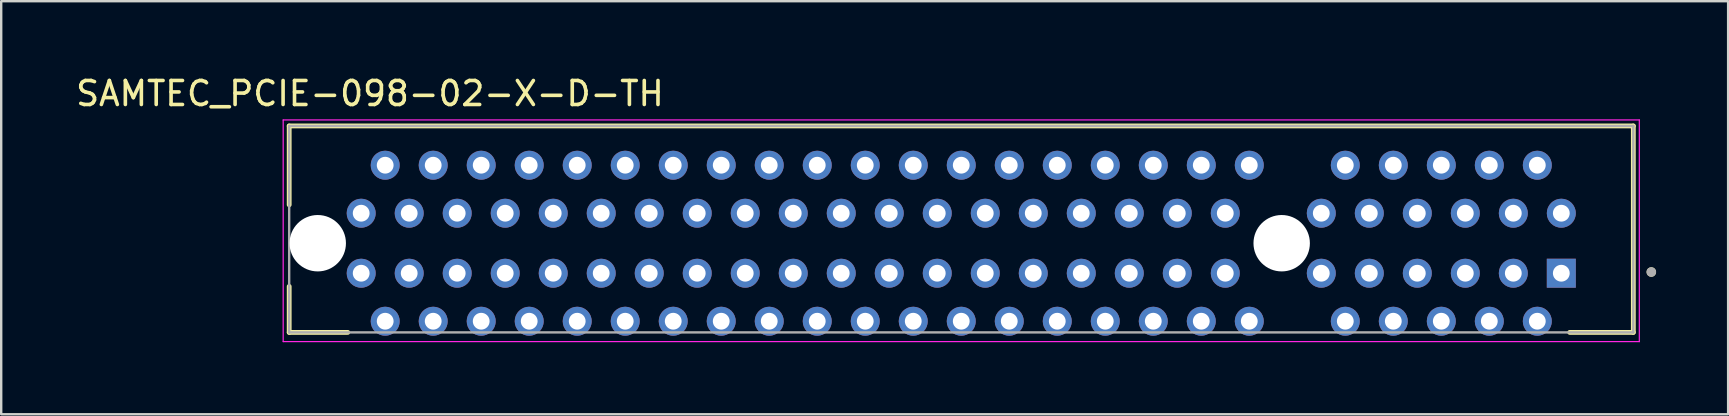
<source format=kicad_pcb>
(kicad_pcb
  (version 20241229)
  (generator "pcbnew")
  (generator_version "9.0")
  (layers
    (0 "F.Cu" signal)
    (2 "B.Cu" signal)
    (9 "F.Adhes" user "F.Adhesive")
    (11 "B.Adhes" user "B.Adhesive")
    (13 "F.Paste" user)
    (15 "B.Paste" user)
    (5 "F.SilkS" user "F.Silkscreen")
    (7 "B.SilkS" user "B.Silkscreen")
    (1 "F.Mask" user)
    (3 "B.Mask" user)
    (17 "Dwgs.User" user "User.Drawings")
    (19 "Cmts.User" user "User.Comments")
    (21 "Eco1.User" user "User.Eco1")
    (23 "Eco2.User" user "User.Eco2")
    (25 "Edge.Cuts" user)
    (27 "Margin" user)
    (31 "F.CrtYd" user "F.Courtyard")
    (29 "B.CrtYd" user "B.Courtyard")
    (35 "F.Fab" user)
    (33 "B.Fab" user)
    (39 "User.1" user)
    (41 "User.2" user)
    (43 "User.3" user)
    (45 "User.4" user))
  (footprint "SAMTEC_PCIE-098-02-X-D-TH"
    (layer "F.Cu")
    (at 36.998 6.498)
    (property "Reference" "SAMTEC_PCIE-098-02-X-D-TH" (at -24.635 -5.65 0) (layer "F.SilkS") (effects (font (size 1 1) (thickness 0.15))))
    (attr through_hole)
    (fp_line (start -28 -4.3) (end 28 -4.3) (stroke (width 0.2) (type solid)) (layer "F.SilkS"))
    (fp_line (start -28 -1.015) (end -28 -4.3) (stroke (width 0.2) (type solid)) (layer "F.SilkS"))
    (fp_line (start -28 4.3) (end -28 2.385) (stroke (width 0.2) (type solid)) (layer "F.SilkS"))
    (fp_line (start -25.56 4.3) (end -28 4.3) (stroke (width 0.2) (type solid)) (layer "F.SilkS"))
    (fp_line (start 28 -4.3) (end 28 4.3) (stroke (width 0.2) (type solid)) (layer "F.SilkS"))
    (fp_line (start 28 4.3) (end 25.35 4.3) (stroke (width 0.2) (type solid)) (layer "F.SilkS"))
    (fp_circle (center 28.75 1.785) (end 28.85 1.785) (stroke (width 0.2) (type solid)) (fill no) (layer "F.SilkS"))
    (fp_line (start -28.25 -4.55) (end 28.25 -4.55) (stroke (width 0.05) (type solid)) (layer "F.CrtYd"))
    (fp_line (start -28.25 4.685) (end -28.25 -4.55) (stroke (width 0.05) (type solid)) (layer "F.CrtYd"))
    (fp_line (start 28.25 -4.55) (end 28.25 4.685) (stroke (width 0.05) (type solid)) (layer "F.CrtYd"))
    (fp_line (start 28.25 4.685) (end -28.25 4.685) (stroke (width 0.05) (type solid)) (layer "F.CrtYd"))
    (fp_line (start -28 -4.3) (end 28 -4.3) (stroke (width 0.1) (type solid)) (layer "F.Fab"))
    (fp_line (start -28 4.3) (end -28 -4.3) (stroke (width 0.1) (type solid)) (layer "F.Fab"))
    (fp_line (start 28 -4.3) (end 28 4.3) (stroke (width 0.1) (type solid)) (layer "F.Fab"))
    (fp_line (start 28 4.3) (end -28 4.3) (stroke (width 0.1) (type solid)) (layer "F.Fab"))
    (fp_circle (center 28.75 1.785) (end 28.85 1.785) (stroke (width 0.2) (type solid)) (fill no) (layer "F.Fab"))
    (pad "" np_thru_hole circle (at -26.81 0.585) (size 2.35 2.35) (drill 2.35) (layers "*.Cu" "*.Mask"))
    (pad "" np_thru_hole circle (at 13.35 0.585) (size 2.35 2.35) (drill 2.35) (layers "*.Cu" "*.Mask"))
    (pad "A1" thru_hole rect (at 25 1.835) (size 1.208 1.208) (drill 0.7) (layers "*.Cu" "*.Mask"))
    (pad "A2" thru_hole circle (at 24 3.835) (size 1.208 1.208) (drill 0.7) (layers "*.Cu" "*.Mask"))
    (pad "A3" thru_hole circle (at 23 1.835) (size 1.208 1.208) (drill 0.7) (layers "*.Cu" "*.Mask"))
    (pad "A4" thru_hole circle (at 22 3.835) (size 1.208 1.208) (drill 0.7) (layers "*.Cu" "*.Mask"))
    (pad "A5" thru_hole circle (at 21 1.835) (size 1.208 1.208) (drill 0.7) (layers "*.Cu" "*.Mask"))
    (pad "A6" thru_hole circle (at 20 3.835) (size 1.208 1.208) (drill 0.7) (layers "*.Cu" "*.Mask"))
    (pad "A7" thru_hole circle (at 19 1.835) (size 1.208 1.208) (drill 0.7) (layers "*.Cu" "*.Mask"))
    (pad "A8" thru_hole circle (at 18 3.835) (size 1.208 1.208) (drill 0.7) (layers "*.Cu" "*.Mask"))
    (pad "A9" thru_hole circle (at 17 1.835) (size 1.208 1.208) (drill 0.7) (layers "*.Cu" "*.Mask"))
    (pad "A10" thru_hole circle (at 16 3.835) (size 1.208 1.208) (drill 0.7) (layers "*.Cu" "*.Mask"))
    (pad "A11" thru_hole circle (at 15 1.835) (size 1.208 1.208) (drill 0.7) (layers "*.Cu" "*.Mask"))
    (pad "A12" thru_hole circle (at 12 3.835) (size 1.208 1.208) (drill 0.7) (layers "*.Cu" "*.Mask"))
    (pad "A13" thru_hole circle (at 11 1.835) (size 1.208 1.208) (drill 0.7) (layers "*.Cu" "*.Mask"))
    (pad "A14" thru_hole circle (at 10 3.835) (size 1.208 1.208) (drill 0.7) (layers "*.Cu" "*.Mask"))
    (pad "A15" thru_hole circle (at 9 1.835) (size 1.208 1.208) (drill 0.7) (layers "*.Cu" "*.Mask"))
    (pad "A16" thru_hole circle (at 8 3.835) (size 1.208 1.208) (drill 0.7) (layers "*.Cu" "*.Mask"))
    (pad "A17" thru_hole circle (at 7 1.835) (size 1.208 1.208) (drill 0.7) (layers "*.Cu" "*.Mask"))
    (pad "A18" thru_hole circle (at 6 3.835) (size 1.208 1.208) (drill 0.7) (layers "*.Cu" "*.Mask"))
    (pad "A19" thru_hole circle (at 5 1.835) (size 1.208 1.208) (drill 0.7) (layers "*.Cu" "*.Mask"))
    (pad "A20" thru_hole circle (at 4 3.835) (size 1.208 1.208) (drill 0.7) (layers "*.Cu" "*.Mask"))
    (pad "A21" thru_hole circle (at 3 1.835) (size 1.208 1.208) (drill 0.7) (layers "*.Cu" "*.Mask"))
    (pad "A22" thru_hole circle (at 2 3.835) (size 1.208 1.208) (drill 0.7) (layers "*.Cu" "*.Mask"))
    (pad "A23" thru_hole circle (at 1 1.835) (size 1.208 1.208) (drill 0.7) (layers "*.Cu" "*.Mask"))
    (pad "A24" thru_hole circle (at 0 3.835) (size 1.208 1.208) (drill 0.7) (layers "*.Cu" "*.Mask"))
    (pad "A25" thru_hole circle (at -1 1.835) (size 1.208 1.208) (drill 0.7) (layers "*.Cu" "*.Mask"))
    (pad "A26" thru_hole circle (at -2 3.835) (size 1.208 1.208) (drill 0.7) (layers "*.Cu" "*.Mask"))
    (pad "A27" thru_hole circle (at -3 1.835) (size 1.208 1.208) (drill 0.7) (layers "*.Cu" "*.Mask"))
    (pad "A28" thru_hole circle (at -4 3.835) (size 1.208 1.208) (drill 0.7) (layers "*.Cu" "*.Mask"))
    (pad "A29" thru_hole circle (at -5 1.835) (size 1.208 1.208) (drill 0.7) (layers "*.Cu" "*.Mask"))
    (pad "A30" thru_hole circle (at -6 3.835) (size 1.208 1.208) (drill 0.7) (layers "*.Cu" "*.Mask"))
    (pad "A31" thru_hole circle (at -7 1.835) (size 1.208 1.208) (drill 0.7) (layers "*.Cu" "*.Mask"))
    (pad "A32" thru_hole circle (at -8 3.835) (size 1.208 1.208) (drill 0.7) (layers "*.Cu" "*.Mask"))
    (pad "A33" thru_hole circle (at -9 1.835) (size 1.208 1.208) (drill 0.7) (layers "*.Cu" "*.Mask"))
    (pad "A34" thru_hole circle (at -10 3.835) (size 1.208 1.208) (drill 0.7) (layers "*.Cu" "*.Mask"))
    (pad "A35" thru_hole circle (at -11 1.835) (size 1.208 1.208) (drill 0.7) (layers "*.Cu" "*.Mask"))
    (pad "A36" thru_hole circle (at -12 3.835) (size 1.208 1.208) (drill 0.7) (layers "*.Cu" "*.Mask"))
    (pad "A37" thru_hole circle (at -13 1.835) (size 1.208 1.208) (drill 0.7) (layers "*.Cu" "*.Mask"))
    (pad "A38" thru_hole circle (at -14 3.835) (size 1.208 1.208) (drill 0.7) (layers "*.Cu" "*.Mask"))
    (pad "A39" thru_hole circle (at -15 1.835) (size 1.208 1.208) (drill 0.7) (layers "*.Cu" "*.Mask"))
    (pad "A40" thru_hole circle (at -16 3.835) (size 1.208 1.208) (drill 0.7) (layers "*.Cu" "*.Mask"))
    (pad "A41" thru_hole circle (at -17 1.835) (size 1.208 1.208) (drill 0.7) (layers "*.Cu" "*.Mask"))
    (pad "A42" thru_hole circle (at -18 3.835) (size 1.208 1.208) (drill 0.7) (layers "*.Cu" "*.Mask"))
    (pad "A43" thru_hole circle (at -19 1.835) (size 1.208 1.208) (drill 0.7) (layers "*.Cu" "*.Mask"))
    (pad "A44" thru_hole circle (at -20 3.835) (size 1.208 1.208) (drill 0.7) (layers "*.Cu" "*.Mask"))
    (pad "A45" thru_hole circle (at -21 1.835) (size 1.208 1.208) (drill 0.7) (layers "*.Cu" "*.Mask"))
    (pad "A46" thru_hole circle (at -22 3.835) (size 1.208 1.208) (drill 0.7) (layers "*.Cu" "*.Mask"))
    (pad "A47" thru_hole circle (at -23 1.835) (size 1.208 1.208) (drill 0.7) (layers "*.Cu" "*.Mask"))
    (pad "A48" thru_hole circle (at -24 3.835) (size 1.208 1.208) (drill 0.7) (layers "*.Cu" "*.Mask"))
    (pad "A49" thru_hole circle (at -25 1.835) (size 1.208 1.208) (drill 0.7) (layers "*.Cu" "*.Mask"))
    (pad "B1" thru_hole circle (at 25 -0.665) (size 1.208 1.208) (drill 0.7) (layers "*.Cu" "*.Mask"))
    (pad "B2" thru_hole circle (at 24 -2.665) (size 1.208 1.208) (drill 0.7) (layers "*.Cu" "*.Mask"))
    (pad "B3" thru_hole circle (at 23 -0.665) (size 1.208 1.208) (drill 0.7) (layers "*.Cu" "*.Mask"))
    (pad "B4" thru_hole circle (at 22 -2.665) (size 1.208 1.208) (drill 0.7) (layers "*.Cu" "*.Mask"))
    (pad "B5" thru_hole circle (at 21 -0.665) (size 1.208 1.208) (drill 0.7) (layers "*.Cu" "*.Mask"))
    (pad "B6" thru_hole circle (at 20 -2.665) (size 1.208 1.208) (drill 0.7) (layers "*.Cu" "*.Mask"))
    (pad "B7" thru_hole circle (at 19 -0.665) (size 1.208 1.208) (drill 0.7) (layers "*.Cu" "*.Mask"))
    (pad "B8" thru_hole circle (at 18 -2.665) (size 1.208 1.208) (drill 0.7) (layers "*.Cu" "*.Mask"))
    (pad "B9" thru_hole circle (at 17 -0.665) (size 1.208 1.208) (drill 0.7) (layers "*.Cu" "*.Mask"))
    (pad "B10" thru_hole circle (at 16 -2.665) (size 1.208 1.208) (drill 0.7) (layers "*.Cu" "*.Mask"))
    (pad "B11" thru_hole circle (at 15 -0.665) (size 1.208 1.208) (drill 0.7) (layers "*.Cu" "*.Mask"))
    (pad "B12" thru_hole circle (at 12 -2.665) (size 1.208 1.208) (drill 0.7) (layers "*.Cu" "*.Mask"))
    (pad "B13" thru_hole circle (at 11 -0.665) (size 1.208 1.208) (drill 0.7) (layers "*.Cu" "*.Mask"))
    (pad "B14" thru_hole circle (at 10 -2.665) (size 1.208 1.208) (drill 0.7) (layers "*.Cu" "*.Mask"))
    (pad "B15" thru_hole circle (at 9 -0.665) (size 1.208 1.208) (drill 0.7) (layers "*.Cu" "*.Mask"))
    (pad "B16" thru_hole circle (at 8 -2.665) (size 1.208 1.208) (drill 0.7) (layers "*.Cu" "*.Mask"))
    (pad "B17" thru_hole circle (at 7 -0.665) (size 1.208 1.208) (drill 0.7) (layers "*.Cu" "*.Mask"))
    (pad "B18" thru_hole circle (at 6 -2.665) (size 1.208 1.208) (drill 0.7) (layers "*.Cu" "*.Mask"))
    (pad "B19" thru_hole circle (at 5 -0.665) (size 1.208 1.208) (drill 0.7) (layers "*.Cu" "*.Mask"))
    (pad "B20" thru_hole circle (at 4 -2.665) (size 1.208 1.208) (drill 0.7) (layers "*.Cu" "*.Mask"))
    (pad "B21" thru_hole circle (at 3 -0.665) (size 1.208 1.208) (drill 0.7) (layers "*.Cu" "*.Mask"))
    (pad "B22" thru_hole circle (at 2 -2.665) (size 1.208 1.208) (drill 0.7) (layers "*.Cu" "*.Mask"))
    (pad "B23" thru_hole circle (at 1 -0.665) (size 1.208 1.208) (drill 0.7) (layers "*.Cu" "*.Mask"))
    (pad "B24" thru_hole circle (at 0 -2.665) (size 1.208 1.208) (drill 0.7) (layers "*.Cu" "*.Mask"))
    (pad "B25" thru_hole circle (at -1 -0.665) (size 1.208 1.208) (drill 0.7) (layers "*.Cu" "*.Mask"))
    (pad "B26" thru_hole circle (at -2 -2.665) (size 1.208 1.208) (drill 0.7) (layers "*.Cu" "*.Mask"))
    (pad "B27" thru_hole circle (at -3 -0.665) (size 1.208 1.208) (drill 0.7) (layers "*.Cu" "*.Mask"))
    (pad "B28" thru_hole circle (at -4 -2.665) (size 1.208 1.208) (drill 0.7) (layers "*.Cu" "*.Mask"))
    (pad "B29" thru_hole circle (at -5 -0.665) (size 1.208 1.208) (drill 0.7) (layers "*.Cu" "*.Mask"))
    (pad "B30" thru_hole circle (at -6 -2.665) (size 1.208 1.208) (drill 0.7) (layers "*.Cu" "*.Mask"))
    (pad "B31" thru_hole circle (at -7 -0.665) (size 1.208 1.208) (drill 0.7) (layers "*.Cu" "*.Mask"))
    (pad "B32" thru_hole circle (at -8 -2.665) (size 1.208 1.208) (drill 0.7) (layers "*.Cu" "*.Mask"))
    (pad "B33" thru_hole circle (at -9 -0.665) (size 1.208 1.208) (drill 0.7) (layers "*.Cu" "*.Mask"))
    (pad "B34" thru_hole circle (at -10 -2.665) (size 1.208 1.208) (drill 0.7) (layers "*.Cu" "*.Mask"))
    (pad "B35" thru_hole circle (at -11 -0.665) (size 1.208 1.208) (drill 0.7) (layers "*.Cu" "*.Mask"))
    (pad "B36" thru_hole circle (at -12 -2.665) (size 1.208 1.208) (drill 0.7) (layers "*.Cu" "*.Mask"))
    (pad "B37" thru_hole circle (at -13 -0.665) (size 1.208 1.208) (drill 0.7) (layers "*.Cu" "*.Mask"))
    (pad "B38" thru_hole circle (at -14 -2.665) (size 1.208 1.208) (drill 0.7) (layers "*.Cu" "*.Mask"))
    (pad "B39" thru_hole circle (at -15 -0.665) (size 1.208 1.208) (drill 0.7) (layers "*.Cu" "*.Mask"))
    (pad "B40" thru_hole circle (at -16 -2.665) (size 1.208 1.208) (drill 0.7) (layers "*.Cu" "*.Mask"))
    (pad "B41" thru_hole circle (at -17 -0.665) (size 1.208 1.208) (drill 0.7) (layers "*.Cu" "*.Mask"))
    (pad "B42" thru_hole circle (at -18 -2.665) (size 1.208 1.208) (drill 0.7) (layers "*.Cu" "*.Mask"))
    (pad "B43" thru_hole circle (at -19 -0.665) (size 1.208 1.208) (drill 0.7) (layers "*.Cu" "*.Mask"))
    (pad "B44" thru_hole circle (at -20 -2.665) (size 1.208 1.208) (drill 0.7) (layers "*.Cu" "*.Mask"))
    (pad "B45" thru_hole circle (at -21 -0.665) (size 1.208 1.208) (drill 0.7) (layers "*.Cu" "*.Mask"))
    (pad "B46" thru_hole circle (at -22 -2.665) (size 1.208 1.208) (drill 0.7) (layers "*.Cu" "*.Mask"))
    (pad "B47" thru_hole circle (at -23 -0.665) (size 1.208 1.208) (drill 0.7) (layers "*.Cu" "*.Mask"))
    (pad "B48" thru_hole circle (at -24 -2.665) (size 1.208 1.208) (drill 0.7) (layers "*.Cu" "*.Mask"))
    (pad "B49" thru_hole circle (at -25 -0.665) (size 1.208 1.208) (drill 0.7) (layers "*.Cu" "*.Mask")))
  (gr_rect
    (start -3 -3)
    (end 68.948 14.208)
    (stroke (width 0.1) (type default))
    (fill no)
    (layer "Edge.Cuts")))
</source>
